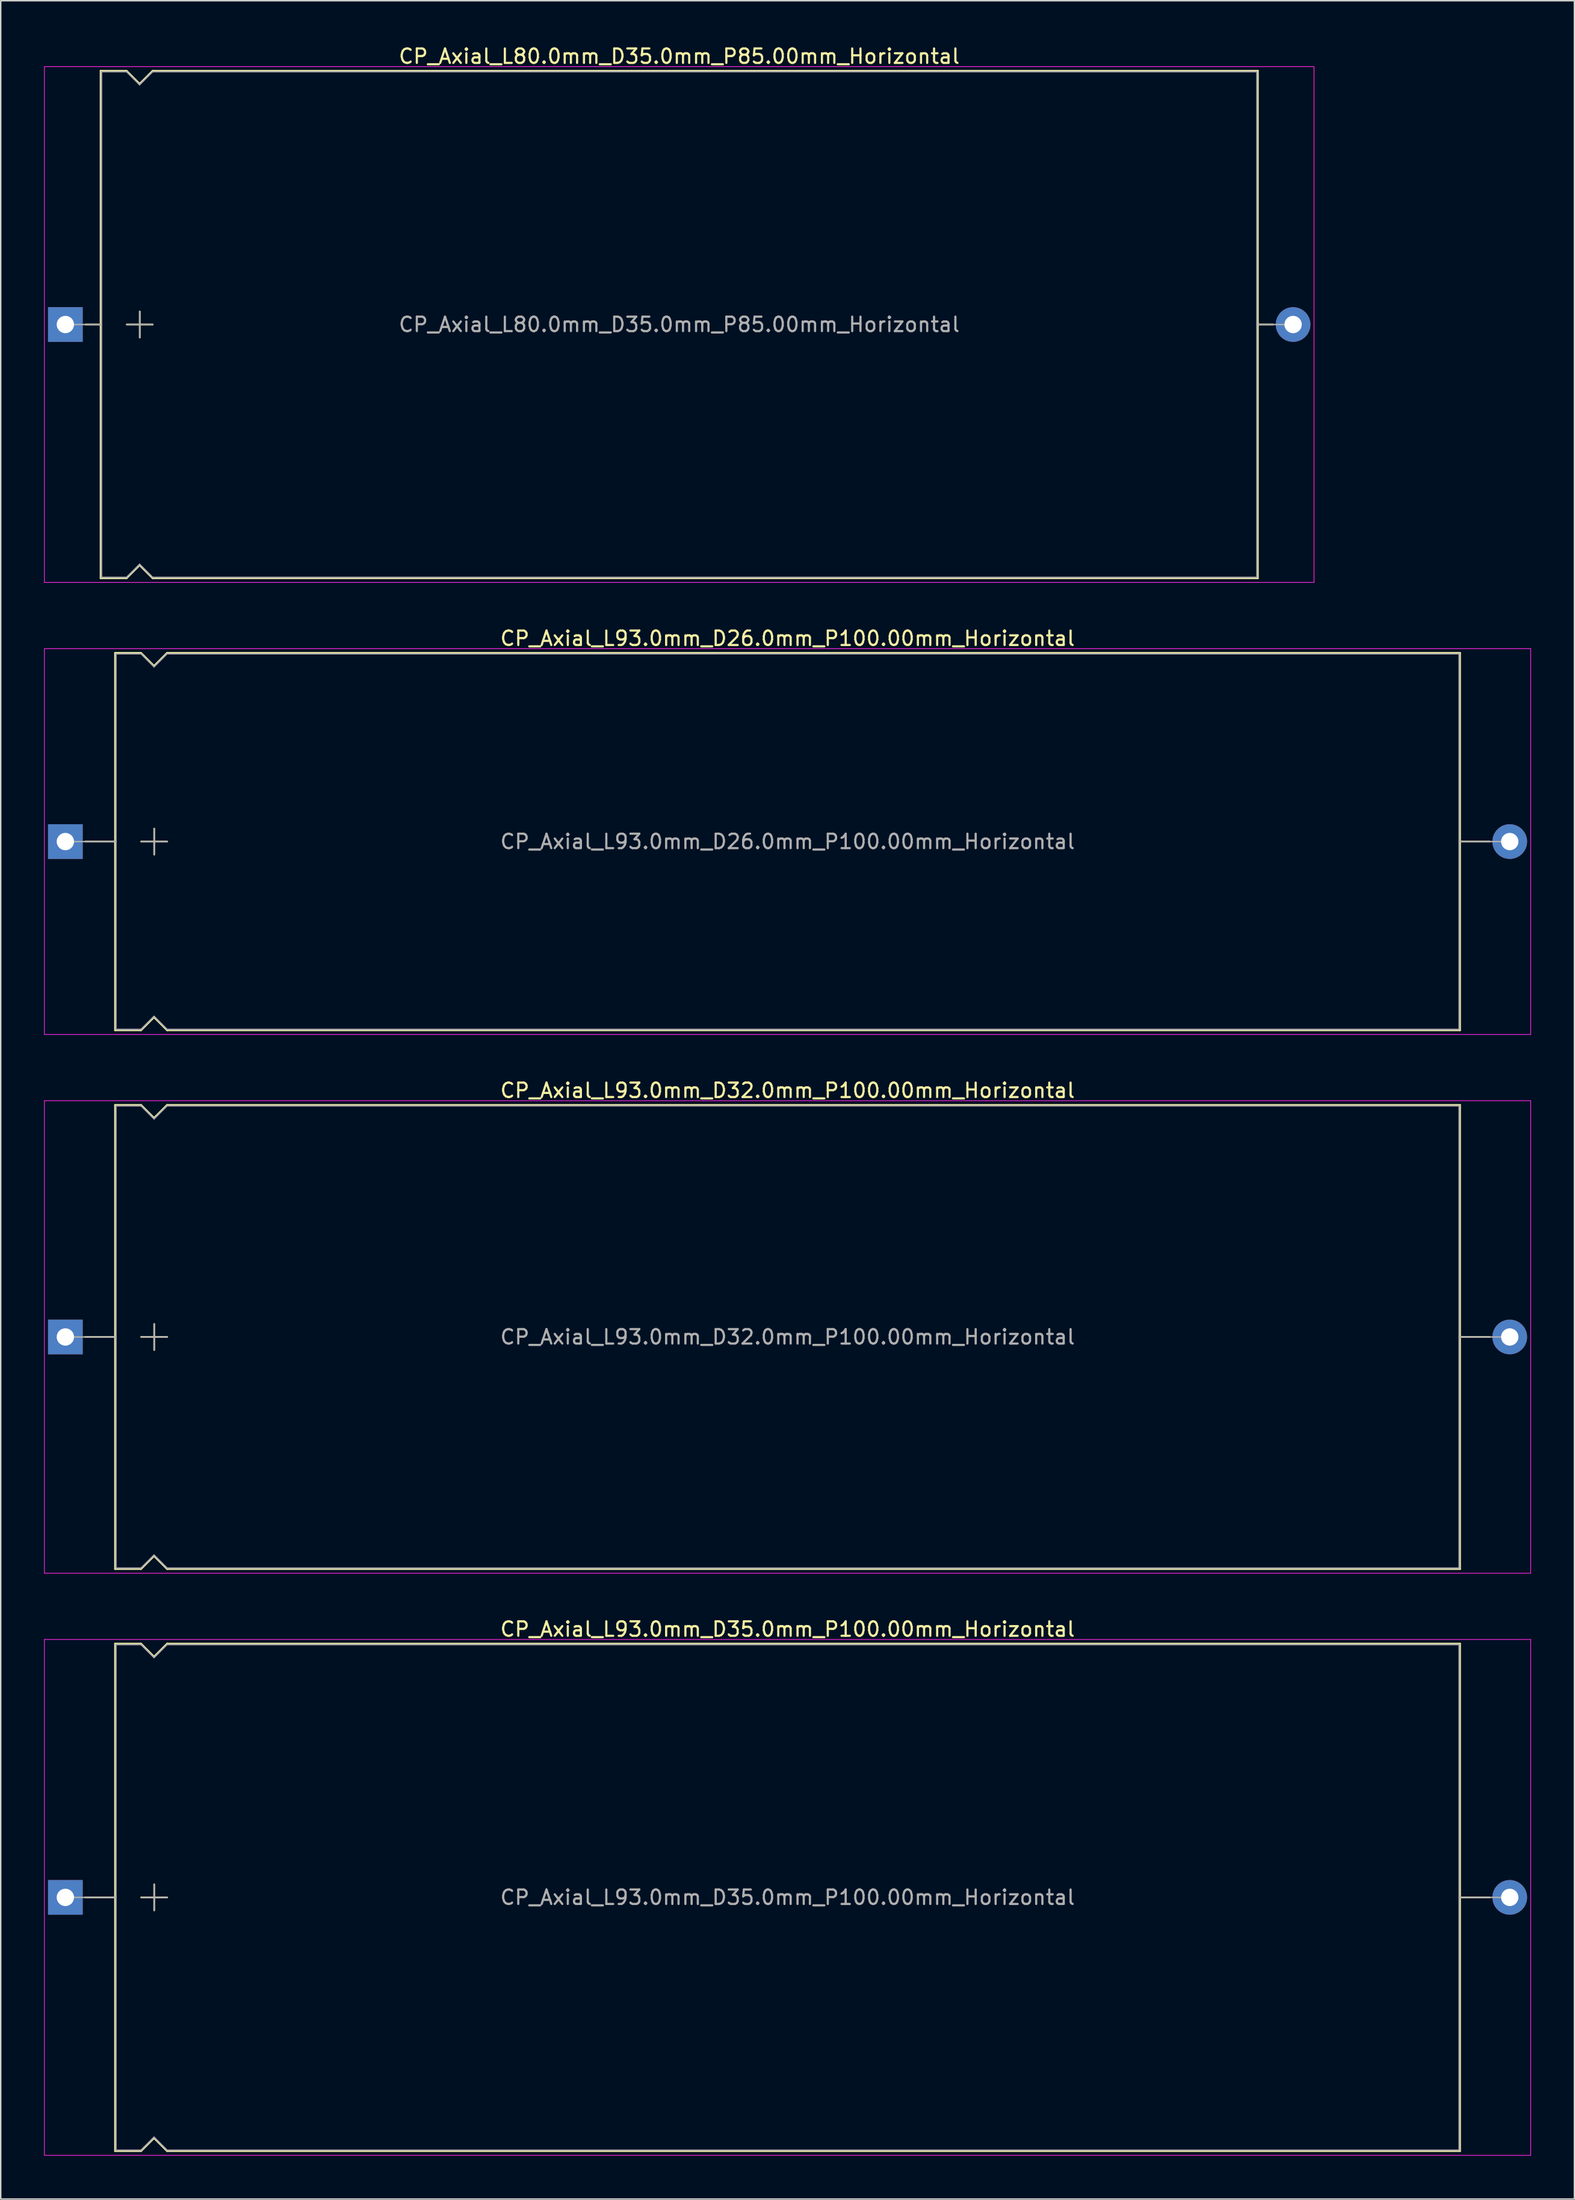
<source format=kicad_pcb>
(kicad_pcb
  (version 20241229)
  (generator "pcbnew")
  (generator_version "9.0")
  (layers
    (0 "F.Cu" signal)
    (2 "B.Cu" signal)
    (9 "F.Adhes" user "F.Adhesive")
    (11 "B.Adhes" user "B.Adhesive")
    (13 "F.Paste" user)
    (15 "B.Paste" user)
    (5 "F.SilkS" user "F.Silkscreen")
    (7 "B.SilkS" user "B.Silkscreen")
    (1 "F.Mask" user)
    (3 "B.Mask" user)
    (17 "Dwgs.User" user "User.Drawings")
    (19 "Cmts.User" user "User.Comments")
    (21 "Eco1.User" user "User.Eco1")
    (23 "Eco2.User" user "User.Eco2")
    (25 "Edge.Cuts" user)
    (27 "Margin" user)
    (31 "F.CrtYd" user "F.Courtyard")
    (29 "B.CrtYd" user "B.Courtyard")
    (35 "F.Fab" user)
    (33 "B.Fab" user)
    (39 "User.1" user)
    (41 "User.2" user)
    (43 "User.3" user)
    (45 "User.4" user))
  (footprint "CP_Axial_L80.0mm_D35.0mm_P85.00mm_Horizontal"
    (layer "F.Cu")
    (at 1.475 19.408)
    (property "Reference" "CP_Axial_L80.0mm_D35.0mm_P85.00mm_Horizontal" (at 42.5 -18.56 0) (layer "F.SilkS") (effects (font (size 1 1) (thickness 0.15))))
    (attr through_hole)
    (fp_line (start 1.38 0) (end 2.44 0) (stroke (width 0.12) (type solid)) (layer "F.SilkS"))
    (fp_line (start 2.44 -17.56) (end 2.44 17.56) (stroke (width 0.12) (type solid)) (layer "F.SilkS"))
    (fp_line (start 2.44 -17.56) (end 4.24 -17.56) (stroke (width 0.12) (type solid)) (layer "F.SilkS"))
    (fp_line (start 2.44 17.56) (end 4.24 17.56) (stroke (width 0.12) (type solid)) (layer "F.SilkS"))
    (fp_line (start 4.24 -17.56) (end 5.14 -16.66) (stroke (width 0.12) (type solid)) (layer "F.SilkS"))
    (fp_line (start 4.24 17.56) (end 5.14 16.66) (stroke (width 0.12) (type solid)) (layer "F.SilkS"))
    (fp_line (start 4.25 0) (end 6.05 0) (stroke (width 0.12) (type solid)) (layer "F.SilkS"))
    (fp_line (start 5.14 -16.66) (end 6.04 -17.56) (stroke (width 0.12) (type solid)) (layer "F.SilkS"))
    (fp_line (start 5.14 16.66) (end 6.04 17.56) (stroke (width 0.12) (type solid)) (layer "F.SilkS"))
    (fp_line (start 5.15 -0.9) (end 5.15 0.9) (stroke (width 0.12) (type solid)) (layer "F.SilkS"))
    (fp_line (start 6.04 -17.56) (end 82.56 -17.56) (stroke (width 0.12) (type solid)) (layer "F.SilkS"))
    (fp_line (start 6.04 17.56) (end 82.56 17.56) (stroke (width 0.12) (type solid)) (layer "F.SilkS"))
    (fp_line (start 82.56 -17.56) (end 82.56 17.56) (stroke (width 0.12) (type solid)) (layer "F.SilkS"))
    (fp_line (start 83.62 0) (end 82.56 0) (stroke (width 0.12) (type solid)) (layer "F.SilkS"))
    (fp_line (start -1.45 -17.85) (end -1.45 17.85) (stroke (width 0.05) (type solid)) (layer "F.CrtYd"))
    (fp_line (start -1.45 17.85) (end 86.45 17.85) (stroke (width 0.05) (type solid)) (layer "F.CrtYd"))
    (fp_line (start 86.45 -17.85) (end -1.45 -17.85) (stroke (width 0.05) (type solid)) (layer "F.CrtYd"))
    (fp_line (start 86.45 17.85) (end 86.45 -17.85) (stroke (width 0.05) (type solid)) (layer "F.CrtYd"))
    (fp_line (start 0 0) (end 2.5 0) (stroke (width 0.1) (type solid)) (layer "F.Fab"))
    (fp_line (start 2.5 -17.5) (end 2.5 17.5) (stroke (width 0.1) (type solid)) (layer "F.Fab"))
    (fp_line (start 2.5 -17.5) (end 4.24 -17.5) (stroke (width 0.1) (type solid)) (layer "F.Fab"))
    (fp_line (start 2.5 17.5) (end 4.24 17.5) (stroke (width 0.1) (type solid)) (layer "F.Fab"))
    (fp_line (start 4.24 -17.5) (end 5.14 -16.6) (stroke (width 0.1) (type solid)) (layer "F.Fab"))
    (fp_line (start 4.24 17.5) (end 5.14 16.6) (stroke (width 0.1) (type solid)) (layer "F.Fab"))
    (fp_line (start 4.25 0) (end 6.05 0) (stroke (width 0.1) (type solid)) (layer "F.Fab"))
    (fp_line (start 5.14 -16.6) (end 6.04 -17.5) (stroke (width 0.1) (type solid)) (layer "F.Fab"))
    (fp_line (start 5.14 16.6) (end 6.04 17.5) (stroke (width 0.1) (type solid)) (layer "F.Fab"))
    (fp_line (start 5.15 -0.9) (end 5.15 0.9) (stroke (width 0.1) (type solid)) (layer "F.Fab"))
    (fp_line (start 6.04 -17.5) (end 82.5 -17.5) (stroke (width 0.1) (type solid)) (layer "F.Fab"))
    (fp_line (start 6.04 17.5) (end 82.5 17.5) (stroke (width 0.1) (type solid)) (layer "F.Fab"))
    (fp_line (start 82.5 -17.5) (end 82.5 17.5) (stroke (width 0.1) (type solid)) (layer "F.Fab"))
    (fp_line (start 85 0) (end 82.5 0) (stroke (width 0.1) (type solid)) (layer "F.Fab"))
    (fp_text user "${REFERENCE}" (at 42.5 0 0) (layer "F.Fab") (effects (font (size 1 1) (thickness 0.15))))
    (pad "1" thru_hole rect (at 0 0) (size 2.4 2.4) (drill 1.2) (layers "*.Cu" "*.Mask"))
    (pad "2" thru_hole oval (at 85 0) (size 2.4 2.4) (drill 1.2) (layers "*.Cu" "*.Mask")))
  (footprint "CP_Axial_L93.0mm_D35.0mm_P100.00mm_Horizontal"
    (layer "F.Cu")
    (at 1.475 128.258)
    (property "Reference" "CP_Axial_L93.0mm_D35.0mm_P100.00mm_Horizontal" (at 50 -18.56 0) (layer "F.SilkS") (effects (font (size 1 1) (thickness 0.15))))
    (attr through_hole)
    (fp_line (start 1.38 0) (end 3.44 0) (stroke (width 0.12) (type solid)) (layer "F.SilkS"))
    (fp_line (start 3.44 -17.56) (end 3.44 17.56) (stroke (width 0.12) (type solid)) (layer "F.SilkS"))
    (fp_line (start 3.44 -17.56) (end 5.24 -17.56) (stroke (width 0.12) (type solid)) (layer "F.SilkS"))
    (fp_line (start 3.44 17.56) (end 5.24 17.56) (stroke (width 0.12) (type solid)) (layer "F.SilkS"))
    (fp_line (start 5.24 -17.56) (end 6.14 -16.66) (stroke (width 0.12) (type solid)) (layer "F.SilkS"))
    (fp_line (start 5.24 17.56) (end 6.14 16.66) (stroke (width 0.12) (type solid)) (layer "F.SilkS"))
    (fp_line (start 5.25 0) (end 7.05 0) (stroke (width 0.12) (type solid)) (layer "F.SilkS"))
    (fp_line (start 6.14 -16.66) (end 7.04 -17.56) (stroke (width 0.12) (type solid)) (layer "F.SilkS"))
    (fp_line (start 6.14 16.66) (end 7.04 17.56) (stroke (width 0.12) (type solid)) (layer "F.SilkS"))
    (fp_line (start 6.15 -0.9) (end 6.15 0.9) (stroke (width 0.12) (type solid)) (layer "F.SilkS"))
    (fp_line (start 7.04 -17.56) (end 96.56 -17.56) (stroke (width 0.12) (type solid)) (layer "F.SilkS"))
    (fp_line (start 7.04 17.56) (end 96.56 17.56) (stroke (width 0.12) (type solid)) (layer "F.SilkS"))
    (fp_line (start 96.56 -17.56) (end 96.56 17.56) (stroke (width 0.12) (type solid)) (layer "F.SilkS"))
    (fp_line (start 98.62 0) (end 96.56 0) (stroke (width 0.12) (type solid)) (layer "F.SilkS"))
    (fp_line (start -1.45 -17.85) (end -1.45 17.85) (stroke (width 0.05) (type solid)) (layer "F.CrtYd"))
    (fp_line (start -1.45 17.85) (end 101.45 17.85) (stroke (width 0.05) (type solid)) (layer "F.CrtYd"))
    (fp_line (start 101.45 -17.85) (end -1.45 -17.85) (stroke (width 0.05) (type solid)) (layer "F.CrtYd"))
    (fp_line (start 101.45 17.85) (end 101.45 -17.85) (stroke (width 0.05) (type solid)) (layer "F.CrtYd"))
    (fp_line (start 0 0) (end 3.5 0) (stroke (width 0.1) (type solid)) (layer "F.Fab"))
    (fp_line (start 3.5 -17.5) (end 3.5 17.5) (stroke (width 0.1) (type solid)) (layer "F.Fab"))
    (fp_line (start 3.5 -17.5) (end 5.24 -17.5) (stroke (width 0.1) (type solid)) (layer "F.Fab"))
    (fp_line (start 3.5 17.5) (end 5.24 17.5) (stroke (width 0.1) (type solid)) (layer "F.Fab"))
    (fp_line (start 5.24 -17.5) (end 6.14 -16.6) (stroke (width 0.1) (type solid)) (layer "F.Fab"))
    (fp_line (start 5.24 17.5) (end 6.14 16.6) (stroke (width 0.1) (type solid)) (layer "F.Fab"))
    (fp_line (start 5.25 0) (end 7.05 0) (stroke (width 0.1) (type solid)) (layer "F.Fab"))
    (fp_line (start 6.14 -16.6) (end 7.04 -17.5) (stroke (width 0.1) (type solid)) (layer "F.Fab"))
    (fp_line (start 6.14 16.6) (end 7.04 17.5) (stroke (width 0.1) (type solid)) (layer "F.Fab"))
    (fp_line (start 6.15 -0.9) (end 6.15 0.9) (stroke (width 0.1) (type solid)) (layer "F.Fab"))
    (fp_line (start 7.04 -17.5) (end 96.5 -17.5) (stroke (width 0.1) (type solid)) (layer "F.Fab"))
    (fp_line (start 7.04 17.5) (end 96.5 17.5) (stroke (width 0.1) (type solid)) (layer "F.Fab"))
    (fp_line (start 96.5 -17.5) (end 96.5 17.5) (stroke (width 0.1) (type solid)) (layer "F.Fab"))
    (fp_line (start 100 0) (end 96.5 0) (stroke (width 0.1) (type solid)) (layer "F.Fab"))
    (fp_text user "${REFERENCE}" (at 50 0 0) (layer "F.Fab") (effects (font (size 1 1) (thickness 0.15))))
    (pad "1" thru_hole rect (at 0 0) (size 2.4 2.4) (drill 1.2) (layers "*.Cu" "*.Mask"))
    (pad "2" thru_hole oval (at 100 0) (size 2.4 2.4) (drill 1.2) (layers "*.Cu" "*.Mask")))
  (footprint "CP_Axial_L93.0mm_D26.0mm_P100.00mm_Horizontal"
    (layer "F.Cu")
    (at 1.475 55.191)
    (property "Reference" "CP_Axial_L93.0mm_D26.0mm_P100.00mm_Horizontal" (at 50 -14.06 0) (layer "F.SilkS") (effects (font (size 1 1) (thickness 0.15))))
    (attr through_hole)
    (fp_line (start 1.38 0) (end 3.44 0) (stroke (width 0.12) (type solid)) (layer "F.SilkS"))
    (fp_line (start 3.44 -13.06) (end 3.44 13.06) (stroke (width 0.12) (type solid)) (layer "F.SilkS"))
    (fp_line (start 3.44 -13.06) (end 5.24 -13.06) (stroke (width 0.12) (type solid)) (layer "F.SilkS"))
    (fp_line (start 3.44 13.06) (end 5.24 13.06) (stroke (width 0.12) (type solid)) (layer "F.SilkS"))
    (fp_line (start 5.24 -13.06) (end 6.14 -12.16) (stroke (width 0.12) (type solid)) (layer "F.SilkS"))
    (fp_line (start 5.24 13.06) (end 6.14 12.16) (stroke (width 0.12) (type solid)) (layer "F.SilkS"))
    (fp_line (start 5.25 0) (end 7.05 0) (stroke (width 0.12) (type solid)) (layer "F.SilkS"))
    (fp_line (start 6.14 -12.16) (end 7.04 -13.06) (stroke (width 0.12) (type solid)) (layer "F.SilkS"))
    (fp_line (start 6.14 12.16) (end 7.04 13.06) (stroke (width 0.12) (type solid)) (layer "F.SilkS"))
    (fp_line (start 6.15 -0.9) (end 6.15 0.9) (stroke (width 0.12) (type solid)) (layer "F.SilkS"))
    (fp_line (start 7.04 -13.06) (end 96.56 -13.06) (stroke (width 0.12) (type solid)) (layer "F.SilkS"))
    (fp_line (start 7.04 13.06) (end 96.56 13.06) (stroke (width 0.12) (type solid)) (layer "F.SilkS"))
    (fp_line (start 96.56 -13.06) (end 96.56 13.06) (stroke (width 0.12) (type solid)) (layer "F.SilkS"))
    (fp_line (start 98.62 0) (end 96.56 0) (stroke (width 0.12) (type solid)) (layer "F.SilkS"))
    (fp_line (start -1.45 -13.35) (end -1.45 13.35) (stroke (width 0.05) (type solid)) (layer "F.CrtYd"))
    (fp_line (start -1.45 13.35) (end 101.45 13.35) (stroke (width 0.05) (type solid)) (layer "F.CrtYd"))
    (fp_line (start 101.45 -13.35) (end -1.45 -13.35) (stroke (width 0.05) (type solid)) (layer "F.CrtYd"))
    (fp_line (start 101.45 13.35) (end 101.45 -13.35) (stroke (width 0.05) (type solid)) (layer "F.CrtYd"))
    (fp_line (start 0 0) (end 3.5 0) (stroke (width 0.1) (type solid)) (layer "F.Fab"))
    (fp_line (start 3.5 -13) (end 3.5 13) (stroke (width 0.1) (type solid)) (layer "F.Fab"))
    (fp_line (start 3.5 -13) (end 5.24 -13) (stroke (width 0.1) (type solid)) (layer "F.Fab"))
    (fp_line (start 3.5 13) (end 5.24 13) (stroke (width 0.1) (type solid)) (layer "F.Fab"))
    (fp_line (start 5.24 -13) (end 6.14 -12.1) (stroke (width 0.1) (type solid)) (layer "F.Fab"))
    (fp_line (start 5.24 13) (end 6.14 12.1) (stroke (width 0.1) (type solid)) (layer "F.Fab"))
    (fp_line (start 5.25 0) (end 7.05 0) (stroke (width 0.1) (type solid)) (layer "F.Fab"))
    (fp_line (start 6.14 -12.1) (end 7.04 -13) (stroke (width 0.1) (type solid)) (layer "F.Fab"))
    (fp_line (start 6.14 12.1) (end 7.04 13) (stroke (width 0.1) (type solid)) (layer "F.Fab"))
    (fp_line (start 6.15 -0.9) (end 6.15 0.9) (stroke (width 0.1) (type solid)) (layer "F.Fab"))
    (fp_line (start 7.04 -13) (end 96.5 -13) (stroke (width 0.1) (type solid)) (layer "F.Fab"))
    (fp_line (start 7.04 13) (end 96.5 13) (stroke (width 0.1) (type solid)) (layer "F.Fab"))
    (fp_line (start 96.5 -13) (end 96.5 13) (stroke (width 0.1) (type solid)) (layer "F.Fab"))
    (fp_line (start 100 0) (end 96.5 0) (stroke (width 0.1) (type solid)) (layer "F.Fab"))
    (fp_text user "${REFERENCE}" (at 50 0 0) (layer "F.Fab") (effects (font (size 1 1) (thickness 0.15))))
    (pad "1" thru_hole rect (at 0 0) (size 2.4 2.4) (drill 1.2) (layers "*.Cu" "*.Mask"))
    (pad "2" thru_hole oval (at 100 0) (size 2.4 2.4) (drill 1.2) (layers "*.Cu" "*.Mask")))
  (footprint "CP_Axial_L93.0mm_D32.0mm_P100.00mm_Horizontal"
    (layer "F.Cu")
    (at 1.475 89.475)
    (property "Reference" "CP_Axial_L93.0mm_D32.0mm_P100.00mm_Horizontal" (at 50 -17.06 0) (layer "F.SilkS") (effects (font (size 1 1) (thickness 0.15))))
    (attr through_hole)
    (fp_line (start 1.38 0) (end 3.44 0) (stroke (width 0.12) (type solid)) (layer "F.SilkS"))
    (fp_line (start 3.44 -16.06) (end 3.44 16.06) (stroke (width 0.12) (type solid)) (layer "F.SilkS"))
    (fp_line (start 3.44 -16.06) (end 5.24 -16.06) (stroke (width 0.12) (type solid)) (layer "F.SilkS"))
    (fp_line (start 3.44 16.06) (end 5.24 16.06) (stroke (width 0.12) (type solid)) (layer "F.SilkS"))
    (fp_line (start 5.24 -16.06) (end 6.14 -15.16) (stroke (width 0.12) (type solid)) (layer "F.SilkS"))
    (fp_line (start 5.24 16.06) (end 6.14 15.16) (stroke (width 0.12) (type solid)) (layer "F.SilkS"))
    (fp_line (start 5.25 0) (end 7.05 0) (stroke (width 0.12) (type solid)) (layer "F.SilkS"))
    (fp_line (start 6.14 -15.16) (end 7.04 -16.06) (stroke (width 0.12) (type solid)) (layer "F.SilkS"))
    (fp_line (start 6.14 15.16) (end 7.04 16.06) (stroke (width 0.12) (type solid)) (layer "F.SilkS"))
    (fp_line (start 6.15 -0.9) (end 6.15 0.9) (stroke (width 0.12) (type solid)) (layer "F.SilkS"))
    (fp_line (start 7.04 -16.06) (end 96.56 -16.06) (stroke (width 0.12) (type solid)) (layer "F.SilkS"))
    (fp_line (start 7.04 16.06) (end 96.56 16.06) (stroke (width 0.12) (type solid)) (layer "F.SilkS"))
    (fp_line (start 96.56 -16.06) (end 96.56 16.06) (stroke (width 0.12) (type solid)) (layer "F.SilkS"))
    (fp_line (start 98.62 0) (end 96.56 0) (stroke (width 0.12) (type solid)) (layer "F.SilkS"))
    (fp_line (start -1.45 -16.35) (end -1.45 16.35) (stroke (width 0.05) (type solid)) (layer "F.CrtYd"))
    (fp_line (start -1.45 16.35) (end 101.45 16.35) (stroke (width 0.05) (type solid)) (layer "F.CrtYd"))
    (fp_line (start 101.45 -16.35) (end -1.45 -16.35) (stroke (width 0.05) (type solid)) (layer "F.CrtYd"))
    (fp_line (start 101.45 16.35) (end 101.45 -16.35) (stroke (width 0.05) (type solid)) (layer "F.CrtYd"))
    (fp_line (start 0 0) (end 3.5 0) (stroke (width 0.1) (type solid)) (layer "F.Fab"))
    (fp_line (start 3.5 -16) (end 3.5 16) (stroke (width 0.1) (type solid)) (layer "F.Fab"))
    (fp_line (start 3.5 -16) (end 5.24 -16) (stroke (width 0.1) (type solid)) (layer "F.Fab"))
    (fp_line (start 3.5 16) (end 5.24 16) (stroke (width 0.1) (type solid)) (layer "F.Fab"))
    (fp_line (start 5.24 -16) (end 6.14 -15.1) (stroke (width 0.1) (type solid)) (layer "F.Fab"))
    (fp_line (start 5.24 16) (end 6.14 15.1) (stroke (width 0.1) (type solid)) (layer "F.Fab"))
    (fp_line (start 5.25 0) (end 7.05 0) (stroke (width 0.1) (type solid)) (layer "F.Fab"))
    (fp_line (start 6.14 -15.1) (end 7.04 -16) (stroke (width 0.1) (type solid)) (layer "F.Fab"))
    (fp_line (start 6.14 15.1) (end 7.04 16) (stroke (width 0.1) (type solid)) (layer "F.Fab"))
    (fp_line (start 6.15 -0.9) (end 6.15 0.9) (stroke (width 0.1) (type solid)) (layer "F.Fab"))
    (fp_line (start 7.04 -16) (end 96.5 -16) (stroke (width 0.1) (type solid)) (layer "F.Fab"))
    (fp_line (start 7.04 16) (end 96.5 16) (stroke (width 0.1) (type solid)) (layer "F.Fab"))
    (fp_line (start 96.5 -16) (end 96.5 16) (stroke (width 0.1) (type solid)) (layer "F.Fab"))
    (fp_line (start 100 0) (end 96.5 0) (stroke (width 0.1) (type solid)) (layer "F.Fab"))
    (fp_text user "${REFERENCE}" (at 50 0 0) (layer "F.Fab") (effects (font (size 1 1) (thickness 0.15))))
    (pad "1" thru_hole rect (at 0 0) (size 2.4 2.4) (drill 1.2) (layers "*.Cu" "*.Mask"))
    (pad "2" thru_hole oval (at 100 0) (size 2.4 2.4) (drill 1.2) (layers "*.Cu" "*.Mask")))
  (gr_rect
    (start -3 -3)
    (end 105.95 149.133)
    (stroke (width 0.1) (type default))
    (fill no)
    (layer "Edge.Cuts")))
</source>
